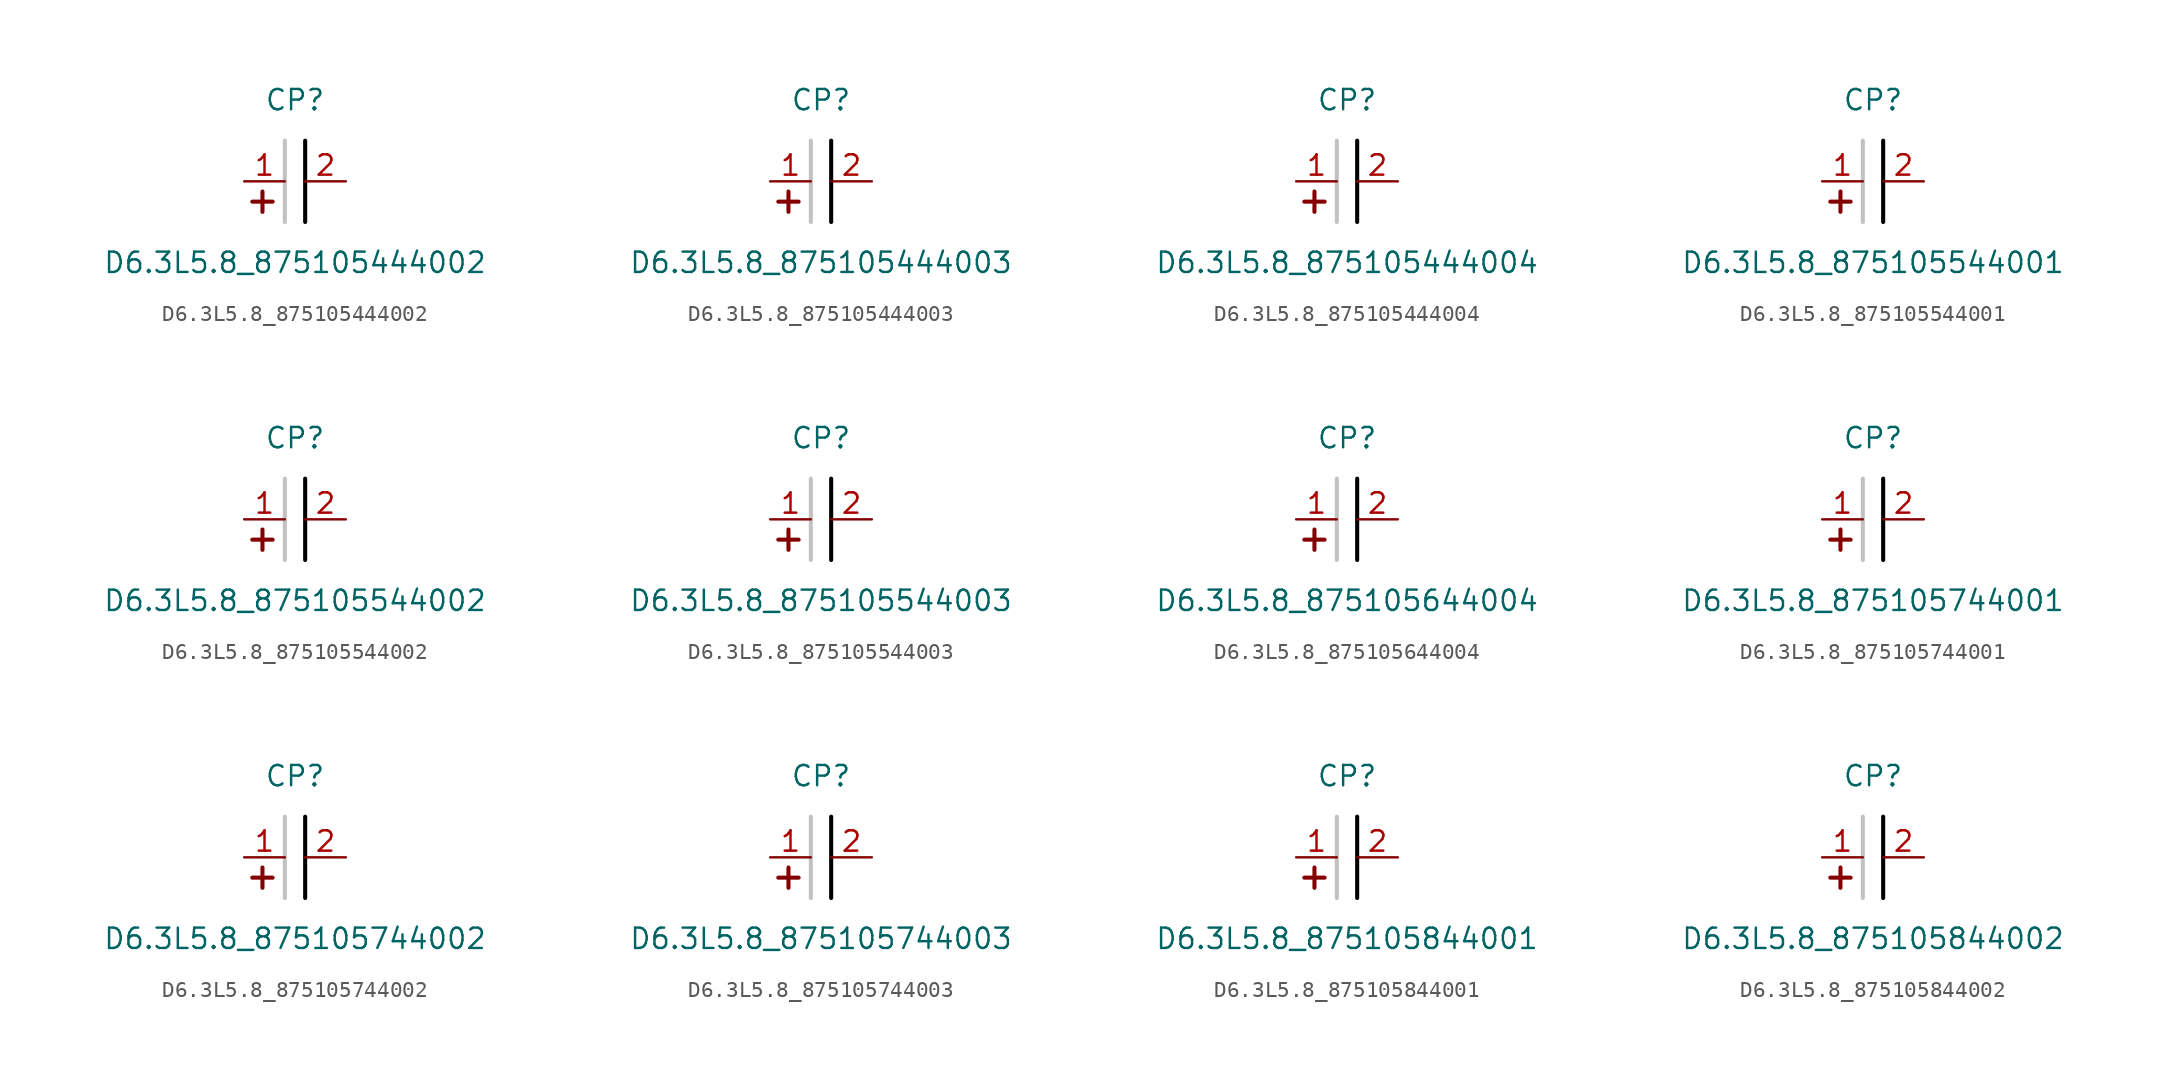
<source format=kicad_sym>
(kicad_symbol_lib
  (version 20220914)
  (generator kicad_symbol_editor)
  (symbol "D6.3L5.8_875105444002"
    (pin_names hide)
    (property "Reference" "CP"
      (at 0 5.08 0)
      (effects (font (size 1.27 1.27))))
    (property "Value" "D6.3L5.8_875105444002"
      (at 0 -5.08 0)
      (effects (font (size 1.27 1.27))))
    (symbol "D6.3L5.8_875105444002_1_1"
      (polyline (pts (xy -2.667 -1.27) (xy -1.397 -1.27)) (stroke (width 0.254) (type default)) (fill (type none)))
      (polyline (pts (xy -2.032 -0.635) (xy -2.032 -1.905)) (stroke (width 0.254) (type default)) (fill (type none)))
      (polyline (pts (xy -0.635 2.54) (xy -0.635 -2.54)) (stroke (width 0.254) (type default) (color 194 194 194 1)) (fill (type none)))
      (polyline (pts (xy 0.635 2.54) (xy 0.635 -2.54)) (stroke (width 0.254) (type default) (color 0 0 0 1)) (fill (type none)))
      (pin passive line (at -3.175 0 0) (length 2.54) (name "1" (effects (font (size 1.27 1.27)))) (number "1" (effects (font (size 1.27 1.27)))))
      (pin passive line (at 3.175 0 180) (length 2.54) (name "2" (effects (font (size 1.27 1.27)))) (number "2" (effects (font (size 1.27 1.27)))))))
  (symbol "D6.3L5.8_875105444003"
    (pin_names hide)
    (property "Reference" "CP"
      (at 0 5.08 0)
      (effects (font (size 1.27 1.27))))
    (property "Value" "D6.3L5.8_875105444003"
      (at 0 -5.08 0)
      (effects (font (size 1.27 1.27))))
    (symbol "D6.3L5.8_875105444003_1_1"
      (polyline (pts (xy -2.667 -1.27) (xy -1.397 -1.27)) (stroke (width 0.254) (type default)) (fill (type none)))
      (polyline (pts (xy -2.032 -0.635) (xy -2.032 -1.905)) (stroke (width 0.254) (type default)) (fill (type none)))
      (polyline (pts (xy -0.635 2.54) (xy -0.635 -2.54)) (stroke (width 0.254) (type default) (color 194 194 194 1)) (fill (type none)))
      (polyline (pts (xy 0.635 2.54) (xy 0.635 -2.54)) (stroke (width 0.254) (type default) (color 0 0 0 1)) (fill (type none)))
      (pin passive line (at -3.175 0 0) (length 2.54) (name "1" (effects (font (size 1.27 1.27)))) (number "1" (effects (font (size 1.27 1.27)))))
      (pin passive line (at 3.175 0 180) (length 2.54) (name "2" (effects (font (size 1.27 1.27)))) (number "2" (effects (font (size 1.27 1.27)))))))
  (symbol "D6.3L5.8_875105444004"
    (pin_names hide)
    (property "Reference" "CP"
      (at 0 5.08 0)
      (effects (font (size 1.27 1.27))))
    (property "Value" "D6.3L5.8_875105444004"
      (at 0 -5.08 0)
      (effects (font (size 1.27 1.27))))
    (symbol "D6.3L5.8_875105444004_1_1"
      (polyline (pts (xy -2.667 -1.27) (xy -1.397 -1.27)) (stroke (width 0.254) (type default)) (fill (type none)))
      (polyline (pts (xy -2.032 -0.635) (xy -2.032 -1.905)) (stroke (width 0.254) (type default)) (fill (type none)))
      (polyline (pts (xy -0.635 2.54) (xy -0.635 -2.54)) (stroke (width 0.254) (type default) (color 194 194 194 1)) (fill (type none)))
      (polyline (pts (xy 0.635 2.54) (xy 0.635 -2.54)) (stroke (width 0.254) (type default) (color 0 0 0 1)) (fill (type none)))
      (pin passive line (at -3.175 0 0) (length 2.54) (name "1" (effects (font (size 1.27 1.27)))) (number "1" (effects (font (size 1.27 1.27)))))
      (pin passive line (at 3.175 0 180) (length 2.54) (name "2" (effects (font (size 1.27 1.27)))) (number "2" (effects (font (size 1.27 1.27)))))))
  (symbol "D6.3L5.8_875105544001"
    (pin_names hide)
    (property "Reference" "CP"
      (at 0 5.08 0)
      (effects (font (size 1.27 1.27))))
    (property "Value" "D6.3L5.8_875105544001"
      (at 0 -5.08 0)
      (effects (font (size 1.27 1.27))))
    (symbol "D6.3L5.8_875105544001_1_1"
      (polyline (pts (xy -2.667 -1.27) (xy -1.397 -1.27)) (stroke (width 0.254) (type default)) (fill (type none)))
      (polyline (pts (xy -2.032 -0.635) (xy -2.032 -1.905)) (stroke (width 0.254) (type default)) (fill (type none)))
      (polyline (pts (xy -0.635 2.54) (xy -0.635 -2.54)) (stroke (width 0.254) (type default) (color 194 194 194 1)) (fill (type none)))
      (polyline (pts (xy 0.635 2.54) (xy 0.635 -2.54)) (stroke (width 0.254) (type default) (color 0 0 0 1)) (fill (type none)))
      (pin passive line (at -3.175 0 0) (length 2.54) (name "1" (effects (font (size 1.27 1.27)))) (number "1" (effects (font (size 1.27 1.27)))))
      (pin passive line (at 3.175 0 180) (length 2.54) (name "2" (effects (font (size 1.27 1.27)))) (number "2" (effects (font (size 1.27 1.27)))))))
  (symbol "D6.3L5.8_875105544002"
    (pin_names hide)
    (property "Reference" "CP"
      (at 0 5.08 0)
      (effects (font (size 1.27 1.27))))
    (property "Value" "D6.3L5.8_875105544002"
      (at 0 -5.08 0)
      (effects (font (size 1.27 1.27))))
    (symbol "D6.3L5.8_875105544002_1_1"
      (polyline (pts (xy -2.667 -1.27) (xy -1.397 -1.27)) (stroke (width 0.254) (type default)) (fill (type none)))
      (polyline (pts (xy -2.032 -0.635) (xy -2.032 -1.905)) (stroke (width 0.254) (type default)) (fill (type none)))
      (polyline (pts (xy -0.635 2.54) (xy -0.635 -2.54)) (stroke (width 0.254) (type default) (color 194 194 194 1)) (fill (type none)))
      (polyline (pts (xy 0.635 2.54) (xy 0.635 -2.54)) (stroke (width 0.254) (type default) (color 0 0 0 1)) (fill (type none)))
      (pin passive line (at -3.175 0 0) (length 2.54) (name "1" (effects (font (size 1.27 1.27)))) (number "1" (effects (font (size 1.27 1.27)))))
      (pin passive line (at 3.175 0 180) (length 2.54) (name "2" (effects (font (size 1.27 1.27)))) (number "2" (effects (font (size 1.27 1.27)))))))
  (symbol "D6.3L5.8_875105544003"
    (pin_names hide)
    (property "Reference" "CP"
      (at 0 5.08 0)
      (effects (font (size 1.27 1.27))))
    (property "Value" "D6.3L5.8_875105544003"
      (at 0 -5.08 0)
      (effects (font (size 1.27 1.27))))
    (symbol "D6.3L5.8_875105544003_1_1"
      (polyline (pts (xy -2.667 -1.27) (xy -1.397 -1.27)) (stroke (width 0.254) (type default)) (fill (type none)))
      (polyline (pts (xy -2.032 -0.635) (xy -2.032 -1.905)) (stroke (width 0.254) (type default)) (fill (type none)))
      (polyline (pts (xy -0.635 2.54) (xy -0.635 -2.54)) (stroke (width 0.254) (type default) (color 194 194 194 1)) (fill (type none)))
      (polyline (pts (xy 0.635 2.54) (xy 0.635 -2.54)) (stroke (width 0.254) (type default) (color 0 0 0 1)) (fill (type none)))
      (pin passive line (at -3.175 0 0) (length 2.54) (name "1" (effects (font (size 1.27 1.27)))) (number "1" (effects (font (size 1.27 1.27)))))
      (pin passive line (at 3.175 0 180) (length 2.54) (name "2" (effects (font (size 1.27 1.27)))) (number "2" (effects (font (size 1.27 1.27)))))))
  (symbol "D6.3L5.8_875105644004"
    (pin_names hide)
    (property "Reference" "CP"
      (at 0 5.08 0)
      (effects (font (size 1.27 1.27))))
    (property "Value" "D6.3L5.8_875105644004"
      (at 0 -5.08 0)
      (effects (font (size 1.27 1.27))))
    (symbol "D6.3L5.8_875105644004_1_1"
      (polyline (pts (xy -2.667 -1.27) (xy -1.397 -1.27)) (stroke (width 0.254) (type default)) (fill (type none)))
      (polyline (pts (xy -2.032 -0.635) (xy -2.032 -1.905)) (stroke (width 0.254) (type default)) (fill (type none)))
      (polyline (pts (xy -0.635 2.54) (xy -0.635 -2.54)) (stroke (width 0.254) (type default) (color 194 194 194 1)) (fill (type none)))
      (polyline (pts (xy 0.635 2.54) (xy 0.635 -2.54)) (stroke (width 0.254) (type default) (color 0 0 0 1)) (fill (type none)))
      (pin passive line (at -3.175 0 0) (length 2.54) (name "1" (effects (font (size 1.27 1.27)))) (number "1" (effects (font (size 1.27 1.27)))))
      (pin passive line (at 3.175 0 180) (length 2.54) (name "2" (effects (font (size 1.27 1.27)))) (number "2" (effects (font (size 1.27 1.27)))))))
  (symbol "D6.3L5.8_875105744001"
    (pin_names hide)
    (property "Reference" "CP"
      (at 0 5.08 0)
      (effects (font (size 1.27 1.27))))
    (property "Value" "D6.3L5.8_875105744001"
      (at 0 -5.08 0)
      (effects (font (size 1.27 1.27))))
    (symbol "D6.3L5.8_875105744001_1_1"
      (polyline (pts (xy -2.667 -1.27) (xy -1.397 -1.27)) (stroke (width 0.254) (type default)) (fill (type none)))
      (polyline (pts (xy -2.032 -0.635) (xy -2.032 -1.905)) (stroke (width 0.254) (type default)) (fill (type none)))
      (polyline (pts (xy -0.635 2.54) (xy -0.635 -2.54)) (stroke (width 0.254) (type default) (color 194 194 194 1)) (fill (type none)))
      (polyline (pts (xy 0.635 2.54) (xy 0.635 -2.54)) (stroke (width 0.254) (type default) (color 0 0 0 1)) (fill (type none)))
      (pin passive line (at -3.175 0 0) (length 2.54) (name "1" (effects (font (size 1.27 1.27)))) (number "1" (effects (font (size 1.27 1.27)))))
      (pin passive line (at 3.175 0 180) (length 2.54) (name "2" (effects (font (size 1.27 1.27)))) (number "2" (effects (font (size 1.27 1.27)))))))
  (symbol "D6.3L5.8_875105744002"
    (pin_names hide)
    (property "Reference" "CP"
      (at 0 5.08 0)
      (effects (font (size 1.27 1.27))))
    (property "Value" "D6.3L5.8_875105744002"
      (at 0 -5.08 0)
      (effects (font (size 1.27 1.27))))
    (symbol "D6.3L5.8_875105744002_1_1"
      (polyline (pts (xy -2.667 -1.27) (xy -1.397 -1.27)) (stroke (width 0.254) (type default)) (fill (type none)))
      (polyline (pts (xy -2.032 -0.635) (xy -2.032 -1.905)) (stroke (width 0.254) (type default)) (fill (type none)))
      (polyline (pts (xy -0.635 2.54) (xy -0.635 -2.54)) (stroke (width 0.254) (type default) (color 194 194 194 1)) (fill (type none)))
      (polyline (pts (xy 0.635 2.54) (xy 0.635 -2.54)) (stroke (width 0.254) (type default) (color 0 0 0 1)) (fill (type none)))
      (pin passive line (at -3.175 0 0) (length 2.54) (name "1" (effects (font (size 1.27 1.27)))) (number "1" (effects (font (size 1.27 1.27)))))
      (pin passive line (at 3.175 0 180) (length 2.54) (name "2" (effects (font (size 1.27 1.27)))) (number "2" (effects (font (size 1.27 1.27)))))))
  (symbol "D6.3L5.8_875105744003"
    (pin_names hide)
    (property "Reference" "CP"
      (at 0 5.08 0)
      (effects (font (size 1.27 1.27))))
    (property "Value" "D6.3L5.8_875105744003"
      (at 0 -5.08 0)
      (effects (font (size 1.27 1.27))))
    (symbol "D6.3L5.8_875105744003_1_1"
      (polyline (pts (xy -2.667 -1.27) (xy -1.397 -1.27)) (stroke (width 0.254) (type default)) (fill (type none)))
      (polyline (pts (xy -2.032 -0.635) (xy -2.032 -1.905)) (stroke (width 0.254) (type default)) (fill (type none)))
      (polyline (pts (xy -0.635 2.54) (xy -0.635 -2.54)) (stroke (width 0.254) (type default) (color 194 194 194 1)) (fill (type none)))
      (polyline (pts (xy 0.635 2.54) (xy 0.635 -2.54)) (stroke (width 0.254) (type default) (color 0 0 0 1)) (fill (type none)))
      (pin passive line (at -3.175 0 0) (length 2.54) (name "1" (effects (font (size 1.27 1.27)))) (number "1" (effects (font (size 1.27 1.27)))))
      (pin passive line (at 3.175 0 180) (length 2.54) (name "2" (effects (font (size 1.27 1.27)))) (number "2" (effects (font (size 1.27 1.27)))))))
  (symbol "D6.3L5.8_875105844001"
    (pin_names hide)
    (property "Reference" "CP"
      (at 0 5.08 0)
      (effects (font (size 1.27 1.27))))
    (property "Value" "D6.3L5.8_875105844001"
      (at 0 -5.08 0)
      (effects (font (size 1.27 1.27))))
    (symbol "D6.3L5.8_875105844001_1_1"
      (polyline (pts (xy -2.667 -1.27) (xy -1.397 -1.27)) (stroke (width 0.254) (type default)) (fill (type none)))
      (polyline (pts (xy -2.032 -0.635) (xy -2.032 -1.905)) (stroke (width 0.254) (type default)) (fill (type none)))
      (polyline (pts (xy -0.635 2.54) (xy -0.635 -2.54)) (stroke (width 0.254) (type default) (color 194 194 194 1)) (fill (type none)))
      (polyline (pts (xy 0.635 2.54) (xy 0.635 -2.54)) (stroke (width 0.254) (type default) (color 0 0 0 1)) (fill (type none)))
      (pin passive line (at -3.175 0 0) (length 2.54) (name "1" (effects (font (size 1.27 1.27)))) (number "1" (effects (font (size 1.27 1.27)))))
      (pin passive line (at 3.175 0 180) (length 2.54) (name "2" (effects (font (size 1.27 1.27)))) (number "2" (effects (font (size 1.27 1.27)))))))
  (symbol "D6.3L5.8_875105844002"
    (pin_names hide)
    (property "Reference" "CP"
      (at 0 5.08 0)
      (effects (font (size 1.27 1.27))))
    (property "Value" "D6.3L5.8_875105844002"
      (at 0 -5.08 0)
      (effects (font (size 1.27 1.27))))
    (symbol "D6.3L5.8_875105844002_1_1"
      (polyline (pts (xy -2.667 -1.27) (xy -1.397 -1.27)) (stroke (width 0.254) (type default)) (fill (type none)))
      (polyline (pts (xy -2.032 -0.635) (xy -2.032 -1.905)) (stroke (width 0.254) (type default)) (fill (type none)))
      (polyline (pts (xy -0.635 2.54) (xy -0.635 -2.54)) (stroke (width 0.254) (type default) (color 194 194 194 1)) (fill (type none)))
      (polyline (pts (xy 0.635 2.54) (xy 0.635 -2.54)) (stroke (width 0.254) (type default) (color 0 0 0 1)) (fill (type none)))
      (pin passive line (at -3.175 0 0) (length 2.54) (name "1" (effects (font (size 1.27 1.27)))) (number "1" (effects (font (size 1.27 1.27)))))
      (pin passive line (at 3.175 0 180) (length 2.54) (name "2" (effects (font (size 1.27 1.27)))) (number "2" (effects (font (size 1.27 1.27))))))))
</source>
